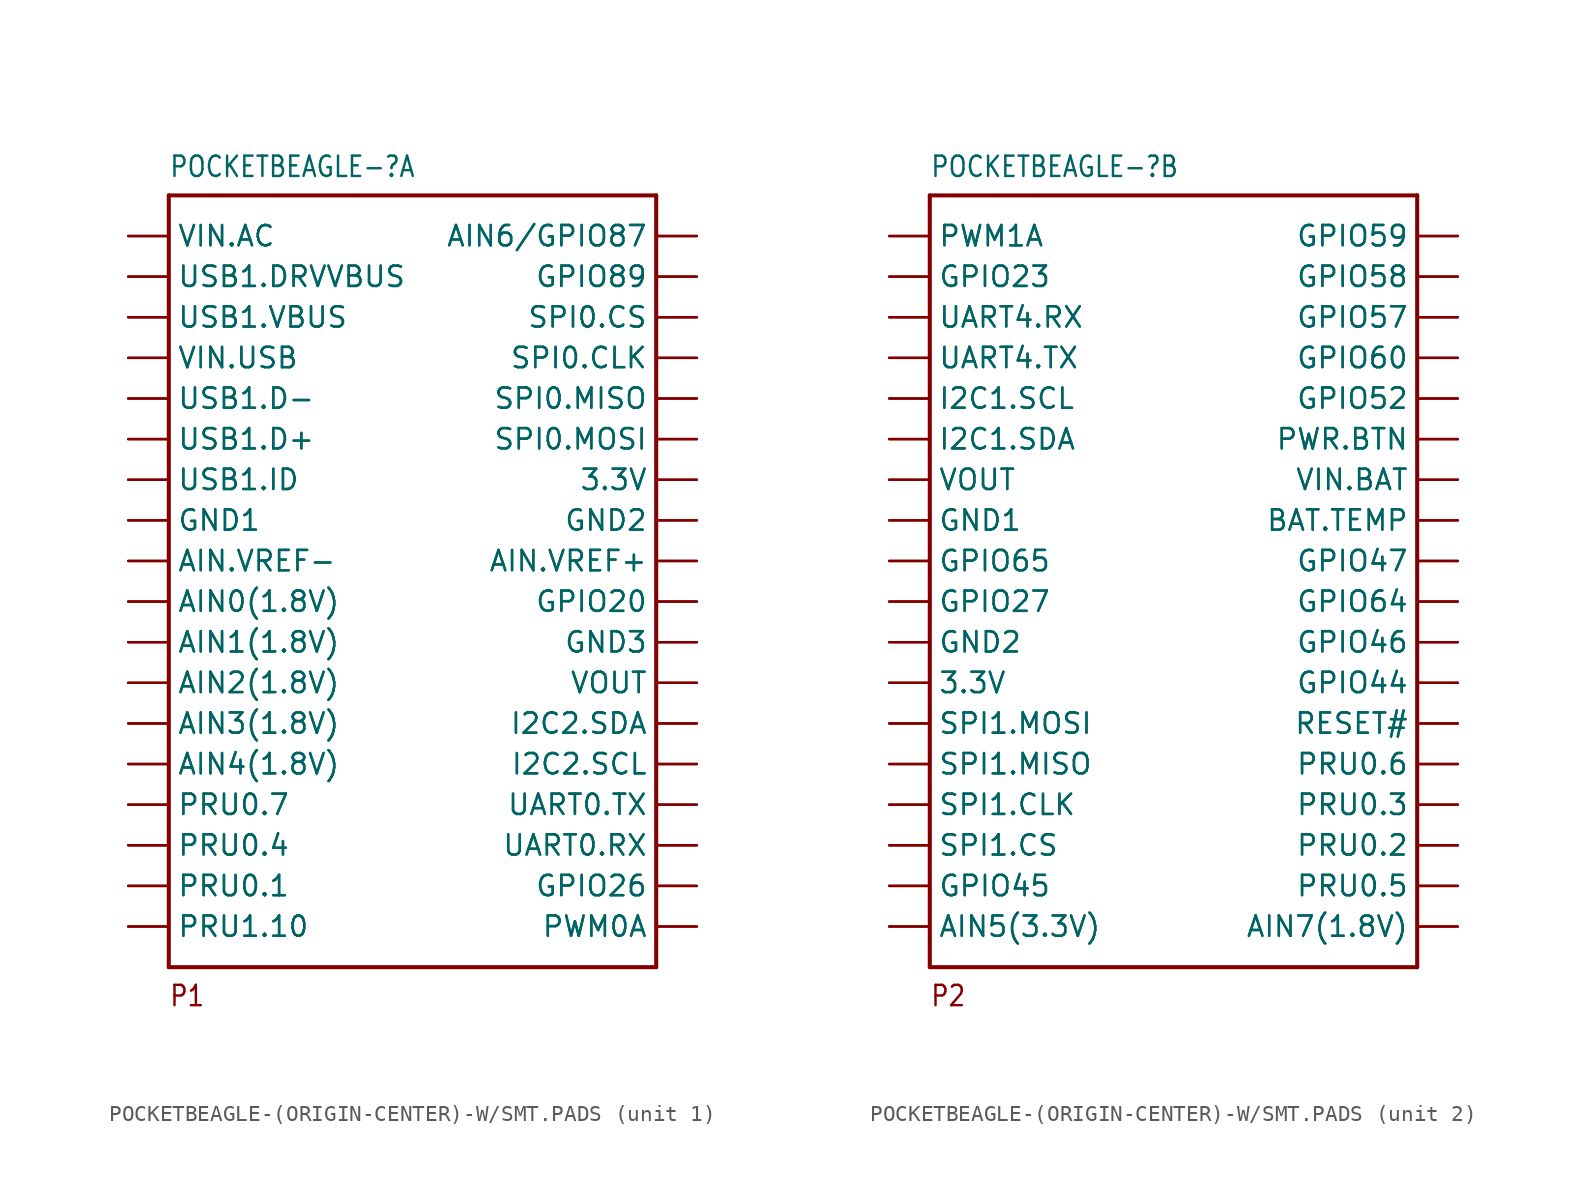
<source format=kicad_sym>
(kicad_symbol_lib
  (version 20231120)
  (generator "kicad_symbol_editor")
  (generator_version "8.0")
  (symbol "POCKETBEAGLE-(ORIGIN-CENTER)-W/SMT.PADS"
    (property "Reference" "POCKETBEAGLE-"
      (at -15.24 27.94 0)
      (effects (font (size 1.27 1.079)) (justify left top)))
    (property "ki_locked" ""
      (at 0 0 0)
      (effects (font (size 1.27 1.27))))
    (symbol "POCKETBEAGLE-(ORIGIN-CENTER)-W/SMT.PADS_1_0"
      (polyline (pts (xy -15.24 -22.86) (xy -15.24 25.4)) (stroke (width 0.254) (type solid)) (fill (type none)))
      (polyline (pts (xy -15.24 25.4) (xy 15.24 25.4)) (stroke (width 0.254) (type solid)) (fill (type none)))
      (polyline (pts (xy 15.24 -22.86) (xy -15.24 -22.86)) (stroke (width 0.254) (type solid)) (fill (type none)))
      (polyline (pts (xy 15.24 25.4) (xy 15.24 -22.86)) (stroke (width 0.254) (type solid)) (fill (type none)))
      (text "P1" (at -15.24 -25.4 0) (effects (font (size 1.27 1.079)) (justify left bottom)))
      (pin bidirectional line (at -17.78 22.86 0) (length 2.54) (name "VIN.AC" (effects (font (size 1.27 1.27)))) (number "P1.1" (effects (font (size 0 0)))))
      (pin bidirectional line (at 17.78 12.7 180) (length 2.54) (name "SPI0.MISO" (effects (font (size 1.27 1.27)))) (number "P1.10" (effects (font (size 0 0)))))
      (pin bidirectional line (at -17.78 10.16 0) (length 2.54) (name "USB1.D+" (effects (font (size 1.27 1.27)))) (number "P1.11" (effects (font (size 0 0)))))
      (pin bidirectional line (at 17.78 10.16 180) (length 2.54) (name "SPI0.MOSI" (effects (font (size 1.27 1.27)))) (number "P1.12" (effects (font (size 0 0)))))
      (pin bidirectional line (at -17.78 7.62 0) (length 2.54) (name "USB1.ID" (effects (font (size 1.27 1.27)))) (number "P1.13" (effects (font (size 0 0)))))
      (pin bidirectional line (at 17.78 7.62 180) (length 2.54) (name "3.3V" (effects (font (size 1.27 1.27)))) (number "P1.14" (effects (font (size 0 0)))))
      (pin bidirectional line (at -17.78 5.08 0) (length 2.54) (name "GND1" (effects (font (size 1.27 1.27)))) (number "P1.15" (effects (font (size 0 0)))))
      (pin bidirectional line (at 17.78 5.08 180) (length 2.54) (name "GND2" (effects (font (size 1.27 1.27)))) (number "P1.16" (effects (font (size 0 0)))))
      (pin bidirectional line (at -17.78 2.54 0) (length 2.54) (name "AIN.VREF-" (effects (font (size 1.27 1.27)))) (number "P1.17" (effects (font (size 0 0)))))
      (pin bidirectional line (at 17.78 2.54 180) (length 2.54) (name "AIN.VREF+" (effects (font (size 1.27 1.27)))) (number "P1.18" (effects (font (size 0 0)))))
      (pin bidirectional line (at -17.78 0 0) (length 2.54) (name "AIN0(1.8V)" (effects (font (size 1.27 1.27)))) (number "P1.19" (effects (font (size 0 0)))))
      (pin bidirectional line (at 17.78 22.86 180) (length 2.54) (name "AIN6/GPIO87" (effects (font (size 1.27 1.27)))) (number "P1.2" (effects (font (size 0 0)))))
      (pin bidirectional line (at 17.78 0 180) (length 2.54) (name "GPIO20" (effects (font (size 1.27 1.27)))) (number "P1.20" (effects (font (size 0 0)))))
      (pin bidirectional line (at -17.78 -2.54 0) (length 2.54) (name "AIN1(1.8V)" (effects (font (size 1.27 1.27)))) (number "P1.21" (effects (font (size 0 0)))))
      (pin bidirectional line (at 17.78 -2.54 180) (length 2.54) (name "GND3" (effects (font (size 1.27 1.27)))) (number "P1.22" (effects (font (size 0 0)))))
      (pin bidirectional line (at -17.78 -5.08 0) (length 2.54) (name "AIN2(1.8V)" (effects (font (size 1.27 1.27)))) (number "P1.23" (effects (font (size 0 0)))))
      (pin bidirectional line (at 17.78 -5.08 180) (length 2.54) (name "VOUT" (effects (font (size 1.27 1.27)))) (number "P1.24" (effects (font (size 0 0)))))
      (pin bidirectional line (at -17.78 -7.62 0) (length 2.54) (name "AIN3(1.8V)" (effects (font (size 1.27 1.27)))) (number "P1.25" (effects (font (size 0 0)))))
      (pin bidirectional line (at 17.78 -7.62 180) (length 2.54) (name "I2C2.SDA" (effects (font (size 1.27 1.27)))) (number "P1.26" (effects (font (size 0 0)))))
      (pin bidirectional line (at -17.78 -10.16 0) (length 2.54) (name "AIN4(1.8V)" (effects (font (size 1.27 1.27)))) (number "P1.27" (effects (font (size 0 0)))))
      (pin bidirectional line (at 17.78 -10.16 180) (length 2.54) (name "I2C2.SCL" (effects (font (size 1.27 1.27)))) (number "P1.28" (effects (font (size 0 0)))))
      (pin bidirectional line (at -17.78 -12.7 0) (length 2.54) (name "PRU0.7" (effects (font (size 1.27 1.27)))) (number "P1.29" (effects (font (size 0 0)))))
      (pin bidirectional line (at -17.78 20.32 0) (length 2.54) (name "USB1.DRVVBUS" (effects (font (size 1.27 1.27)))) (number "P1.3" (effects (font (size 0 0)))))
      (pin bidirectional line (at 17.78 -12.7 180) (length 2.54) (name "UART0.TX" (effects (font (size 1.27 1.27)))) (number "P1.30" (effects (font (size 0 0)))))
      (pin bidirectional line (at -17.78 -15.24 0) (length 2.54) (name "PRU0.4" (effects (font (size 1.27 1.27)))) (number "P1.31" (effects (font (size 0 0)))))
      (pin bidirectional line (at 17.78 -15.24 180) (length 2.54) (name "UART0.RX" (effects (font (size 1.27 1.27)))) (number "P1.32" (effects (font (size 0 0)))))
      (pin bidirectional line (at -17.78 -17.78 0) (length 2.54) (name "PRU0.1" (effects (font (size 1.27 1.27)))) (number "P1.33" (effects (font (size 0 0)))))
      (pin bidirectional line (at 17.78 -17.78 180) (length 2.54) (name "GPIO26" (effects (font (size 1.27 1.27)))) (number "P1.34" (effects (font (size 0 0)))))
      (pin bidirectional line (at -17.78 -20.32 0) (length 2.54) (name "PRU1.10" (effects (font (size 1.27 1.27)))) (number "P1.35" (effects (font (size 0 0)))))
      (pin bidirectional line (at 17.78 -20.32 180) (length 2.54) (name "PWM0A" (effects (font (size 1.27 1.27)))) (number "P1.36" (effects (font (size 0 0)))))
      (pin bidirectional line (at 17.78 20.32 180) (length 2.54) (name "GPIO89" (effects (font (size 1.27 1.27)))) (number "P1.4" (effects (font (size 0 0)))))
      (pin bidirectional line (at -17.78 17.78 0) (length 2.54) (name "USB1.VBUS" (effects (font (size 1.27 1.27)))) (number "P1.5" (effects (font (size 0 0)))))
      (pin bidirectional line (at 17.78 17.78 180) (length 2.54) (name "SPI0.CS" (effects (font (size 1.27 1.27)))) (number "P1.6" (effects (font (size 0 0)))))
      (pin bidirectional line (at -17.78 15.24 0) (length 2.54) (name "VIN.USB" (effects (font (size 1.27 1.27)))) (number "P1.7" (effects (font (size 0 0)))))
      (pin bidirectional line (at 17.78 15.24 180) (length 2.54) (name "SPI0.CLK" (effects (font (size 1.27 1.27)))) (number "P1.8" (effects (font (size 0 0)))))
      (pin bidirectional line (at -17.78 12.7 0) (length 2.54) (name "USB1.D-" (effects (font (size 1.27 1.27)))) (number "P1.9" (effects (font (size 0 0)))))
      (pin bidirectional line (at -17.78 22.86 0) (length 2.54) (name "VIN.AC" (effects (font (size 1.27 1.27)))) (number "SMT1.1" (effects (font (size 0 0)))))
      (pin bidirectional line (at 17.78 12.7 180) (length 2.54) (name "SPI0.MISO" (effects (font (size 1.27 1.27)))) (number "SMT1.10" (effects (font (size 0 0)))))
      (pin bidirectional line (at -17.78 10.16 0) (length 2.54) (name "USB1.D+" (effects (font (size 1.27 1.27)))) (number "SMT1.11" (effects (font (size 0 0)))))
      (pin bidirectional line (at 17.78 10.16 180) (length 2.54) (name "SPI0.MOSI" (effects (font (size 1.27 1.27)))) (number "SMT1.12" (effects (font (size 0 0)))))
      (pin bidirectional line (at -17.78 7.62 0) (length 2.54) (name "USB1.ID" (effects (font (size 1.27 1.27)))) (number "SMT1.13" (effects (font (size 0 0)))))
      (pin bidirectional line (at 17.78 7.62 180) (length 2.54) (name "3.3V" (effects (font (size 1.27 1.27)))) (number "SMT1.14" (effects (font (size 0 0)))))
      (pin bidirectional line (at -17.78 5.08 0) (length 2.54) (name "GND1" (effects (font (size 1.27 1.27)))) (number "SMT1.15" (effects (font (size 0 0)))))
      (pin bidirectional line (at 17.78 5.08 180) (length 2.54) (name "GND2" (effects (font (size 1.27 1.27)))) (number "SMT1.16" (effects (font (size 0 0)))))
      (pin bidirectional line (at -17.78 2.54 0) (length 2.54) (name "AIN.VREF-" (effects (font (size 1.27 1.27)))) (number "SMT1.17" (effects (font (size 0 0)))))
      (pin bidirectional line (at 17.78 2.54 180) (length 2.54) (name "AIN.VREF+" (effects (font (size 1.27 1.27)))) (number "SMT1.18" (effects (font (size 0 0)))))
      (pin bidirectional line (at -17.78 0 0) (length 2.54) (name "AIN0(1.8V)" (effects (font (size 1.27 1.27)))) (number "SMT1.19" (effects (font (size 0 0)))))
      (pin bidirectional line (at 17.78 22.86 180) (length 2.54) (name "AIN6/GPIO87" (effects (font (size 1.27 1.27)))) (number "SMT1.2" (effects (font (size 0 0)))))
      (pin bidirectional line (at 17.78 0 180) (length 2.54) (name "GPIO20" (effects (font (size 1.27 1.27)))) (number "SMT1.20" (effects (font (size 0 0)))))
      (pin bidirectional line (at -17.78 -2.54 0) (length 2.54) (name "AIN1(1.8V)" (effects (font (size 1.27 1.27)))) (number "SMT1.21" (effects (font (size 0 0)))))
      (pin bidirectional line (at 17.78 -2.54 180) (length 2.54) (name "GND3" (effects (font (size 1.27 1.27)))) (number "SMT1.22" (effects (font (size 0 0)))))
      (pin bidirectional line (at -17.78 -5.08 0) (length 2.54) (name "AIN2(1.8V)" (effects (font (size 1.27 1.27)))) (number "SMT1.23" (effects (font (size 0 0)))))
      (pin bidirectional line (at 17.78 -5.08 180) (length 2.54) (name "VOUT" (effects (font (size 1.27 1.27)))) (number "SMT1.24" (effects (font (size 0 0)))))
      (pin bidirectional line (at -17.78 -7.62 0) (length 2.54) (name "AIN3(1.8V)" (effects (font (size 1.27 1.27)))) (number "SMT1.25" (effects (font (size 0 0)))))
      (pin bidirectional line (at 17.78 -7.62 180) (length 2.54) (name "I2C2.SDA" (effects (font (size 1.27 1.27)))) (number "SMT1.26" (effects (font (size 0 0)))))
      (pin bidirectional line (at -17.78 -10.16 0) (length 2.54) (name "AIN4(1.8V)" (effects (font (size 1.27 1.27)))) (number "SMT1.27" (effects (font (size 0 0)))))
      (pin bidirectional line (at 17.78 -10.16 180) (length 2.54) (name "I2C2.SCL" (effects (font (size 1.27 1.27)))) (number "SMT1.28" (effects (font (size 0 0)))))
      (pin bidirectional line (at -17.78 -12.7 0) (length 2.54) (name "PRU0.7" (effects (font (size 1.27 1.27)))) (number "SMT1.29" (effects (font (size 0 0)))))
      (pin bidirectional line (at -17.78 20.32 0) (length 2.54) (name "USB1.DRVVBUS" (effects (font (size 1.27 1.27)))) (number "SMT1.3" (effects (font (size 0 0)))))
      (pin bidirectional line (at 17.78 -12.7 180) (length 2.54) (name "UART0.TX" (effects (font (size 1.27 1.27)))) (number "SMT1.30" (effects (font (size 0 0)))))
      (pin bidirectional line (at -17.78 -15.24 0) (length 2.54) (name "PRU0.4" (effects (font (size 1.27 1.27)))) (number "SMT1.31" (effects (font (size 0 0)))))
      (pin bidirectional line (at 17.78 -15.24 180) (length 2.54) (name "UART0.RX" (effects (font (size 1.27 1.27)))) (number "SMT1.32" (effects (font (size 0 0)))))
      (pin bidirectional line (at -17.78 -17.78 0) (length 2.54) (name "PRU0.1" (effects (font (size 1.27 1.27)))) (number "SMT1.33" (effects (font (size 0 0)))))
      (pin bidirectional line (at 17.78 -17.78 180) (length 2.54) (name "GPIO26" (effects (font (size 1.27 1.27)))) (number "SMT1.34" (effects (font (size 0 0)))))
      (pin bidirectional line (at -17.78 -20.32 0) (length 2.54) (name "PRU1.10" (effects (font (size 1.27 1.27)))) (number "SMT1.35" (effects (font (size 0 0)))))
      (pin bidirectional line (at 17.78 -20.32 180) (length 2.54) (name "PWM0A" (effects (font (size 1.27 1.27)))) (number "SMT1.36" (effects (font (size 0 0)))))
      (pin bidirectional line (at 17.78 20.32 180) (length 2.54) (name "GPIO89" (effects (font (size 1.27 1.27)))) (number "SMT1.4" (effects (font (size 0 0)))))
      (pin bidirectional line (at -17.78 17.78 0) (length 2.54) (name "USB1.VBUS" (effects (font (size 1.27 1.27)))) (number "SMT1.5" (effects (font (size 0 0)))))
      (pin bidirectional line (at 17.78 17.78 180) (length 2.54) (name "SPI0.CS" (effects (font (size 1.27 1.27)))) (number "SMT1.6" (effects (font (size 0 0)))))
      (pin bidirectional line (at -17.78 15.24 0) (length 2.54) (name "VIN.USB" (effects (font (size 1.27 1.27)))) (number "SMT1.7" (effects (font (size 0 0)))))
      (pin bidirectional line (at 17.78 15.24 180) (length 2.54) (name "SPI0.CLK" (effects (font (size 1.27 1.27)))) (number "SMT1.8" (effects (font (size 0 0)))))
      (pin bidirectional line (at -17.78 12.7 0) (length 2.54) (name "USB1.D-" (effects (font (size 1.27 1.27)))) (number "SMT1.9" (effects (font (size 0 0))))))
    (symbol "POCKETBEAGLE-(ORIGIN-CENTER)-W/SMT.PADS_2_0"
      (polyline (pts (xy -15.24 -22.86) (xy -15.24 25.4)) (stroke (width 0.254) (type solid)) (fill (type none)))
      (polyline (pts (xy -15.24 25.4) (xy 15.24 25.4)) (stroke (width 0.254) (type solid)) (fill (type none)))
      (polyline (pts (xy 15.24 -22.86) (xy -15.24 -22.86)) (stroke (width 0.254) (type solid)) (fill (type none)))
      (polyline (pts (xy 15.24 25.4) (xy 15.24 -22.86)) (stroke (width 0.254) (type solid)) (fill (type none)))
      (text "P2" (at -15.24 -25.4 0) (effects (font (size 1.27 1.079)) (justify left bottom)))
      (pin bidirectional line (at -17.78 22.86 0) (length 2.54) (name "PWM1A" (effects (font (size 1.27 1.27)))) (number "P2.1" (effects (font (size 0 0)))))
      (pin bidirectional line (at 17.78 12.7 180) (length 2.54) (name "GPIO52" (effects (font (size 1.27 1.27)))) (number "P2.10" (effects (font (size 0 0)))))
      (pin bidirectional line (at -17.78 10.16 0) (length 2.54) (name "I2C1.SDA" (effects (font (size 1.27 1.27)))) (number "P2.11" (effects (font (size 0 0)))))
      (pin bidirectional line (at 17.78 10.16 180) (length 2.54) (name "PWR.BTN" (effects (font (size 1.27 1.27)))) (number "P2.12" (effects (font (size 0 0)))))
      (pin bidirectional line (at -17.78 7.62 0) (length 2.54) (name "VOUT" (effects (font (size 1.27 1.27)))) (number "P2.13" (effects (font (size 0 0)))))
      (pin bidirectional line (at 17.78 7.62 180) (length 2.54) (name "VIN.BAT" (effects (font (size 1.27 1.27)))) (number "P2.14" (effects (font (size 0 0)))))
      (pin bidirectional line (at -17.78 5.08 0) (length 2.54) (name "GND1" (effects (font (size 1.27 1.27)))) (number "P2.15" (effects (font (size 0 0)))))
      (pin bidirectional line (at 17.78 5.08 180) (length 2.54) (name "BAT.TEMP" (effects (font (size 1.27 1.27)))) (number "P2.16" (effects (font (size 0 0)))))
      (pin bidirectional line (at -17.78 2.54 0) (length 2.54) (name "GPIO65" (effects (font (size 1.27 1.27)))) (number "P2.17" (effects (font (size 0 0)))))
      (pin bidirectional line (at 17.78 2.54 180) (length 2.54) (name "GPIO47" (effects (font (size 1.27 1.27)))) (number "P2.18" (effects (font (size 0 0)))))
      (pin bidirectional line (at -17.78 0 0) (length 2.54) (name "GPIO27" (effects (font (size 1.27 1.27)))) (number "P2.19" (effects (font (size 0 0)))))
      (pin bidirectional line (at 17.78 22.86 180) (length 2.54) (name "GPIO59" (effects (font (size 1.27 1.27)))) (number "P2.2" (effects (font (size 0 0)))))
      (pin bidirectional line (at 17.78 0 180) (length 2.54) (name "GPIO64" (effects (font (size 1.27 1.27)))) (number "P2.20" (effects (font (size 0 0)))))
      (pin bidirectional line (at -17.78 -2.54 0) (length 2.54) (name "GND2" (effects (font (size 1.27 1.27)))) (number "P2.21" (effects (font (size 0 0)))))
      (pin bidirectional line (at 17.78 -2.54 180) (length 2.54) (name "GPIO46" (effects (font (size 1.27 1.27)))) (number "P2.22" (effects (font (size 0 0)))))
      (pin bidirectional line (at -17.78 -5.08 0) (length 2.54) (name "3.3V" (effects (font (size 1.27 1.27)))) (number "P2.23" (effects (font (size 0 0)))))
      (pin bidirectional line (at 17.78 -5.08 180) (length 2.54) (name "GPIO44" (effects (font (size 1.27 1.27)))) (number "P2.24" (effects (font (size 0 0)))))
      (pin bidirectional line (at -17.78 -7.62 0) (length 2.54) (name "SPI1.MOSI" (effects (font (size 1.27 1.27)))) (number "P2.25" (effects (font (size 0 0)))))
      (pin bidirectional line (at 17.78 -7.62 180) (length 2.54) (name "RESET#" (effects (font (size 1.27 1.27)))) (number "P2.26" (effects (font (size 0 0)))))
      (pin bidirectional line (at -17.78 -10.16 0) (length 2.54) (name "SPI1.MISO" (effects (font (size 1.27 1.27)))) (number "P2.27" (effects (font (size 0 0)))))
      (pin bidirectional line (at 17.78 -10.16 180) (length 2.54) (name "PRU0.6" (effects (font (size 1.27 1.27)))) (number "P2.28" (effects (font (size 0 0)))))
      (pin bidirectional line (at -17.78 -12.7 0) (length 2.54) (name "SPI1.CLK" (effects (font (size 1.27 1.27)))) (number "P2.29" (effects (font (size 0 0)))))
      (pin bidirectional line (at -17.78 20.32 0) (length 2.54) (name "GPIO23" (effects (font (size 1.27 1.27)))) (number "P2.3" (effects (font (size 0 0)))))
      (pin bidirectional line (at 17.78 -12.7 180) (length 2.54) (name "PRU0.3" (effects (font (size 1.27 1.27)))) (number "P2.30" (effects (font (size 0 0)))))
      (pin bidirectional line (at -17.78 -15.24 0) (length 2.54) (name "SPI1.CS" (effects (font (size 1.27 1.27)))) (number "P2.31" (effects (font (size 0 0)))))
      (pin bidirectional line (at 17.78 -15.24 180) (length 2.54) (name "PRU0.2" (effects (font (size 1.27 1.27)))) (number "P2.32" (effects (font (size 0 0)))))
      (pin bidirectional line (at -17.78 -17.78 0) (length 2.54) (name "GPIO45" (effects (font (size 1.27 1.27)))) (number "P2.33" (effects (font (size 0 0)))))
      (pin bidirectional line (at 17.78 -17.78 180) (length 2.54) (name "PRU0.5" (effects (font (size 1.27 1.27)))) (number "P2.34" (effects (font (size 0 0)))))
      (pin bidirectional line (at -17.78 -20.32 0) (length 2.54) (name "AIN5(3.3V)" (effects (font (size 1.27 1.27)))) (number "P2.35" (effects (font (size 0 0)))))
      (pin bidirectional line (at 17.78 -20.32 180) (length 2.54) (name "AIN7(1.8V)" (effects (font (size 1.27 1.27)))) (number "P2.36" (effects (font (size 0 0)))))
      (pin bidirectional line (at 17.78 20.32 180) (length 2.54) (name "GPIO58" (effects (font (size 1.27 1.27)))) (number "P2.4" (effects (font (size 0 0)))))
      (pin bidirectional line (at -17.78 17.78 0) (length 2.54) (name "UART4.RX" (effects (font (size 1.27 1.27)))) (number "P2.5" (effects (font (size 0 0)))))
      (pin bidirectional line (at 17.78 17.78 180) (length 2.54) (name "GPIO57" (effects (font (size 1.27 1.27)))) (number "P2.6" (effects (font (size 0 0)))))
      (pin bidirectional line (at -17.78 15.24 0) (length 2.54) (name "UART4.TX" (effects (font (size 1.27 1.27)))) (number "P2.7" (effects (font (size 0 0)))))
      (pin bidirectional line (at 17.78 15.24 180) (length 2.54) (name "GPIO60" (effects (font (size 1.27 1.27)))) (number "P2.8" (effects (font (size 0 0)))))
      (pin bidirectional line (at -17.78 12.7 0) (length 2.54) (name "I2C1.SCL" (effects (font (size 1.27 1.27)))) (number "P2.9" (effects (font (size 0 0)))))
      (pin bidirectional line (at -17.78 22.86 0) (length 2.54) (name "PWM1A" (effects (font (size 1.27 1.27)))) (number "SMT2.1" (effects (font (size 0 0)))))
      (pin bidirectional line (at 17.78 12.7 180) (length 2.54) (name "GPIO52" (effects (font (size 1.27 1.27)))) (number "SMT2.10" (effects (font (size 0 0)))))
      (pin bidirectional line (at -17.78 10.16 0) (length 2.54) (name "I2C1.SDA" (effects (font (size 1.27 1.27)))) (number "SMT2.11" (effects (font (size 0 0)))))
      (pin bidirectional line (at 17.78 10.16 180) (length 2.54) (name "PWR.BTN" (effects (font (size 1.27 1.27)))) (number "SMT2.12" (effects (font (size 0 0)))))
      (pin bidirectional line (at -17.78 7.62 0) (length 2.54) (name "VOUT" (effects (font (size 1.27 1.27)))) (number "SMT2.13" (effects (font (size 0 0)))))
      (pin bidirectional line (at 17.78 7.62 180) (length 2.54) (name "VIN.BAT" (effects (font (size 1.27 1.27)))) (number "SMT2.14" (effects (font (size 0 0)))))
      (pin bidirectional line (at -17.78 5.08 0) (length 2.54) (name "GND1" (effects (font (size 1.27 1.27)))) (number "SMT2.15" (effects (font (size 0 0)))))
      (pin bidirectional line (at 17.78 5.08 180) (length 2.54) (name "BAT.TEMP" (effects (font (size 1.27 1.27)))) (number "SMT2.16" (effects (font (size 0 0)))))
      (pin bidirectional line (at -17.78 2.54 0) (length 2.54) (name "GPIO65" (effects (font (size 1.27 1.27)))) (number "SMT2.17" (effects (font (size 0 0)))))
      (pin bidirectional line (at 17.78 2.54 180) (length 2.54) (name "GPIO47" (effects (font (size 1.27 1.27)))) (number "SMT2.18" (effects (font (size 0 0)))))
      (pin bidirectional line (at -17.78 0 0) (length 2.54) (name "GPIO27" (effects (font (size 1.27 1.27)))) (number "SMT2.19" (effects (font (size 0 0)))))
      (pin bidirectional line (at 17.78 22.86 180) (length 2.54) (name "GPIO59" (effects (font (size 1.27 1.27)))) (number "SMT2.2" (effects (font (size 0 0)))))
      (pin bidirectional line (at 17.78 0 180) (length 2.54) (name "GPIO64" (effects (font (size 1.27 1.27)))) (number "SMT2.20" (effects (font (size 0 0)))))
      (pin bidirectional line (at -17.78 -2.54 0) (length 2.54) (name "GND2" (effects (font (size 1.27 1.27)))) (number "SMT2.21" (effects (font (size 0 0)))))
      (pin bidirectional line (at 17.78 -2.54 180) (length 2.54) (name "GPIO46" (effects (font (size 1.27 1.27)))) (number "SMT2.22" (effects (font (size 0 0)))))
      (pin bidirectional line (at -17.78 -5.08 0) (length 2.54) (name "3.3V" (effects (font (size 1.27 1.27)))) (number "SMT2.23" (effects (font (size 0 0)))))
      (pin bidirectional line (at 17.78 -5.08 180) (length 2.54) (name "GPIO44" (effects (font (size 1.27 1.27)))) (number "SMT2.24" (effects (font (size 0 0)))))
      (pin bidirectional line (at -17.78 -7.62 0) (length 2.54) (name "SPI1.MOSI" (effects (font (size 1.27 1.27)))) (number "SMT2.25" (effects (font (size 0 0)))))
      (pin bidirectional line (at 17.78 -7.62 180) (length 2.54) (name "RESET#" (effects (font (size 1.27 1.27)))) (number "SMT2.26" (effects (font (size 0 0)))))
      (pin bidirectional line (at -17.78 -10.16 0) (length 2.54) (name "SPI1.MISO" (effects (font (size 1.27 1.27)))) (number "SMT2.27" (effects (font (size 0 0)))))
      (pin bidirectional line (at 17.78 -10.16 180) (length 2.54) (name "PRU0.6" (effects (font (size 1.27 1.27)))) (number "SMT2.28" (effects (font (size 0 0)))))
      (pin bidirectional line (at -17.78 -12.7 0) (length 2.54) (name "SPI1.CLK" (effects (font (size 1.27 1.27)))) (number "SMT2.29" (effects (font (size 0 0)))))
      (pin bidirectional line (at -17.78 20.32 0) (length 2.54) (name "GPIO23" (effects (font (size 1.27 1.27)))) (number "SMT2.3" (effects (font (size 0 0)))))
      (pin bidirectional line (at 17.78 -12.7 180) (length 2.54) (name "PRU0.3" (effects (font (size 1.27 1.27)))) (number "SMT2.30" (effects (font (size 0 0)))))
      (pin bidirectional line (at -17.78 -15.24 0) (length 2.54) (name "SPI1.CS" (effects (font (size 1.27 1.27)))) (number "SMT2.31" (effects (font (size 0 0)))))
      (pin bidirectional line (at 17.78 -15.24 180) (length 2.54) (name "PRU0.2" (effects (font (size 1.27 1.27)))) (number "SMT2.32" (effects (font (size 0 0)))))
      (pin bidirectional line (at -17.78 -17.78 0) (length 2.54) (name "GPIO45" (effects (font (size 1.27 1.27)))) (number "SMT2.33" (effects (font (size 0 0)))))
      (pin bidirectional line (at 17.78 -17.78 180) (length 2.54) (name "PRU0.5" (effects (font (size 1.27 1.27)))) (number "SMT2.34" (effects (font (size 0 0)))))
      (pin bidirectional line (at -17.78 -20.32 0) (length 2.54) (name "AIN5(3.3V)" (effects (font (size 1.27 1.27)))) (number "SMT2.35" (effects (font (size 0 0)))))
      (pin bidirectional line (at 17.78 -20.32 180) (length 2.54) (name "AIN7(1.8V)" (effects (font (size 1.27 1.27)))) (number "SMT2.36" (effects (font (size 0 0)))))
      (pin bidirectional line (at 17.78 20.32 180) (length 2.54) (name "GPIO58" (effects (font (size 1.27 1.27)))) (number "SMT2.4" (effects (font (size 0 0)))))
      (pin bidirectional line (at -17.78 17.78 0) (length 2.54) (name "UART4.RX" (effects (font (size 1.27 1.27)))) (number "SMT2.5" (effects (font (size 0 0)))))
      (pin bidirectional line (at 17.78 17.78 180) (length 2.54) (name "GPIO57" (effects (font (size 1.27 1.27)))) (number "SMT2.6" (effects (font (size 0 0)))))
      (pin bidirectional line (at -17.78 15.24 0) (length 2.54) (name "UART4.TX" (effects (font (size 1.27 1.27)))) (number "SMT2.7" (effects (font (size 0 0)))))
      (pin bidirectional line (at 17.78 15.24 180) (length 2.54) (name "GPIO60" (effects (font (size 1.27 1.27)))) (number "SMT2.8" (effects (font (size 0 0)))))
      (pin bidirectional line (at -17.78 12.7 0) (length 2.54) (name "I2C1.SCL" (effects (font (size 1.27 1.27)))) (number "SMT2.9" (effects (font (size 0 0))))))))
</source>
